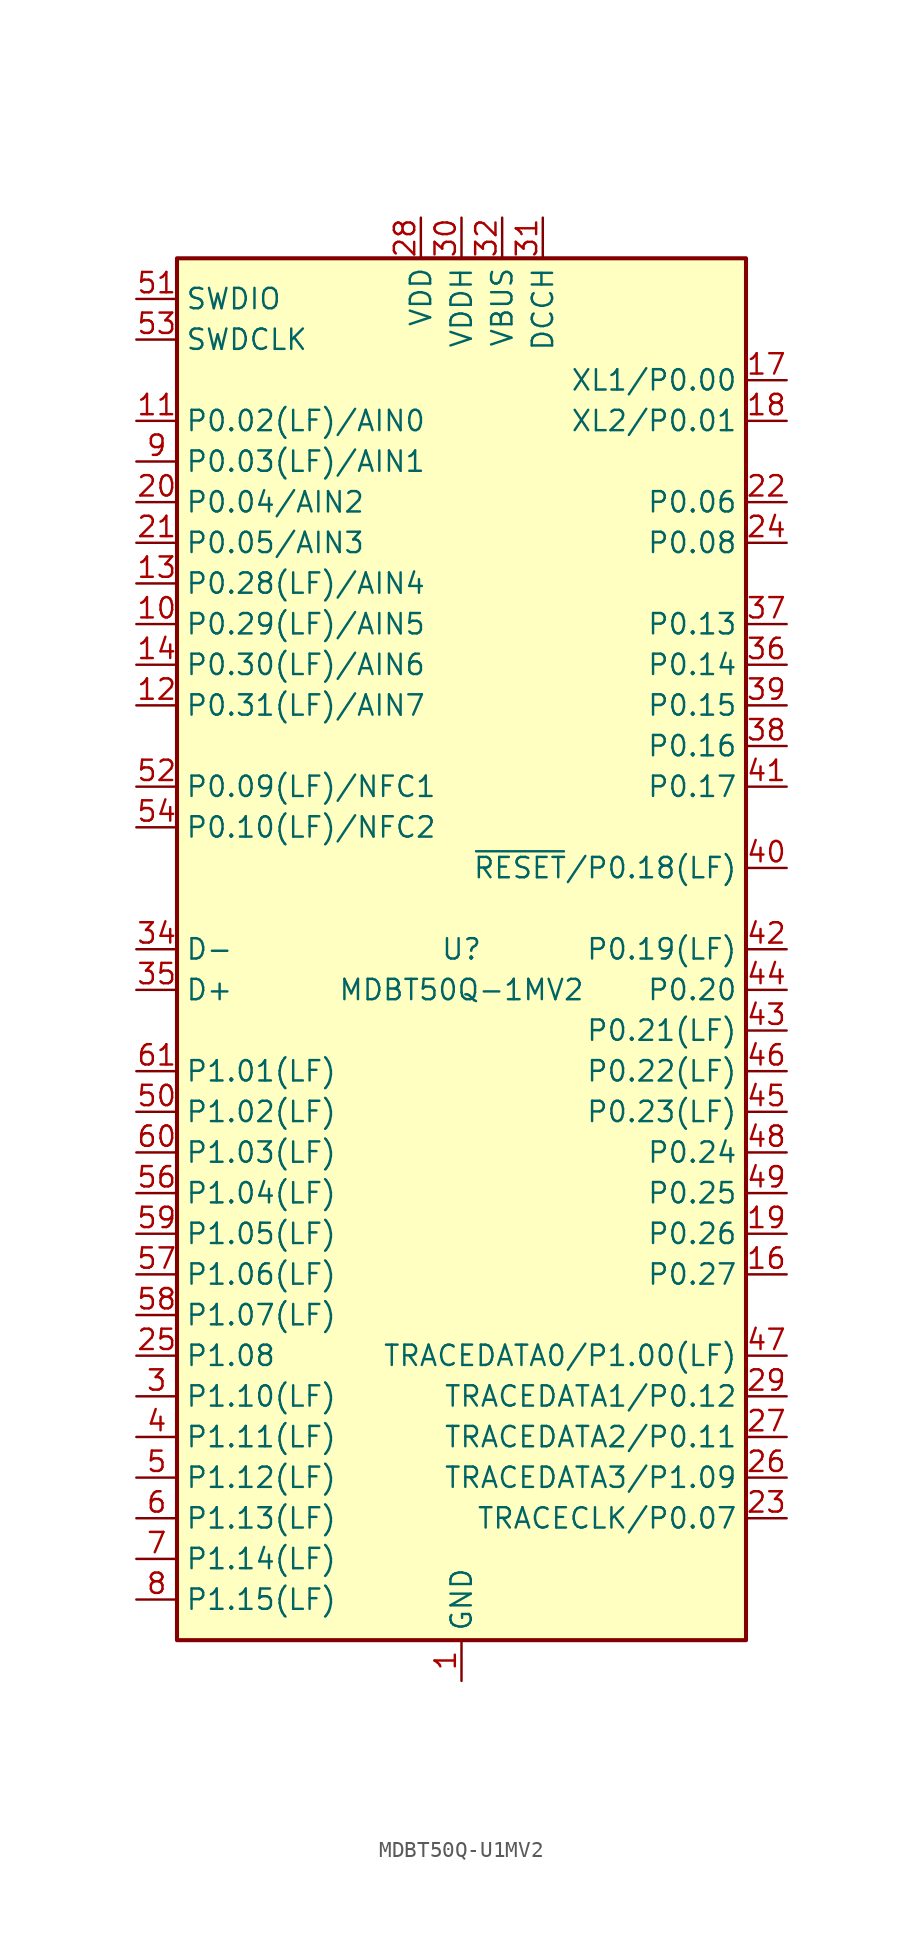
<source format=kicad_sym>
(kicad_symbol_lib
  (version 20220914)
  (generator kicad_symbol_editor)
  (symbol "MDBT50Q-U1MV2"
    (property "Reference" "U"
      (at 0 0 0)
      (effects (font (size 1.27 1.27))))
    (property "Value" "MDBT50Q-1MV2"
      (at 0 -2.54 0)
      (effects (font (size 1.27 1.27))))
    (symbol "MDBT50Q-U1MV2_0_1"
      (rectangle (start -17.78 43.18) (end 17.78 -43.18) (stroke (width 0.254) (type default)) (fill (type background))))
    (symbol "MDBT50Q-U1MV2_1_1"
      (pin power_in line (at 0 -45.72 90) (length 2.54) (name "GND" (effects (font (size 1.27 1.27)))) (number "1" (effects (font (size 1.27 1.27)))))
      (pin bidirectional line (at -20.32 20.32 0) (length 2.54) (name "P0.29(LF)/AIN5" (effects (font (size 1.27 1.27)))) (number "10" (effects (font (size 1.27 1.27)))))
      (pin bidirectional line (at -20.32 33.02 0) (length 2.54) (name "P0.02(LF)/AIN0" (effects (font (size 1.27 1.27)))) (number "11" (effects (font (size 1.27 1.27)))))
      (pin bidirectional line (at -20.32 15.24 0) (length 2.54) (name "P0.31(LF)/AIN7" (effects (font (size 1.27 1.27)))) (number "12" (effects (font (size 1.27 1.27)))))
      (pin bidirectional line (at -20.32 22.86 0) (length 2.54) (name "P0.28(LF)/AIN4" (effects (font (size 1.27 1.27)))) (number "13" (effects (font (size 1.27 1.27)))))
      (pin bidirectional line (at -20.32 17.78 0) (length 2.54) (name "P0.30(LF)/AIN6" (effects (font (size 1.27 1.27)))) (number "14" (effects (font (size 1.27 1.27)))))
      (pin passive line (at 0 -45.72 90) (length 2.54) hide (name "GND" (effects (font (size 1.27 1.27)))) (number "15" (effects (font (size 1.27 1.27)))))
      (pin bidirectional line (at 20.32 -20.32 180) (length 2.54) (name "P0.27" (effects (font (size 1.27 1.27)))) (number "16" (effects (font (size 1.27 1.27)))))
      (pin bidirectional line (at 20.32 35.56 180) (length 2.54) (name "XL1/P0.00" (effects (font (size 1.27 1.27)))) (number "17" (effects (font (size 1.27 1.27)))))
      (pin bidirectional line (at 20.32 33.02 180) (length 2.54) (name "XL2/P0.01" (effects (font (size 1.27 1.27)))) (number "18" (effects (font (size 1.27 1.27)))))
      (pin bidirectional line (at 20.32 -17.78 180) (length 2.54) (name "P0.26" (effects (font (size 1.27 1.27)))) (number "19" (effects (font (size 1.27 1.27)))))
      (pin passive line (at 0 -45.72 90) (length 2.54) hide (name "GND" (effects (font (size 1.27 1.27)))) (number "2" (effects (font (size 1.27 1.27)))))
      (pin bidirectional line (at -20.32 27.94 0) (length 2.54) (name "P0.04/AIN2" (effects (font (size 1.27 1.27)))) (number "20" (effects (font (size 1.27 1.27)))))
      (pin bidirectional line (at -20.32 25.4 0) (length 2.54) (name "P0.05/AIN3" (effects (font (size 1.27 1.27)))) (number "21" (effects (font (size 1.27 1.27)))))
      (pin bidirectional line (at 20.32 27.94 180) (length 2.54) (name "P0.06" (effects (font (size 1.27 1.27)))) (number "22" (effects (font (size 1.27 1.27)))))
      (pin bidirectional line (at 20.32 -35.56 180) (length 2.54) (name "TRACECLK/P0.07" (effects (font (size 1.27 1.27)))) (number "23" (effects (font (size 1.27 1.27)))))
      (pin bidirectional line (at 20.32 25.4 180) (length 2.54) (name "P0.08" (effects (font (size 1.27 1.27)))) (number "24" (effects (font (size 1.27 1.27)))))
      (pin bidirectional line (at -20.32 -25.4 0) (length 2.54) (name "P1.08" (effects (font (size 1.27 1.27)))) (number "25" (effects (font (size 1.27 1.27)))))
      (pin bidirectional line (at 20.32 -33.02 180) (length 2.54) (name "TRACEDATA3/P1.09" (effects (font (size 1.27 1.27)))) (number "26" (effects (font (size 1.27 1.27)))))
      (pin bidirectional line (at 20.32 -30.48 180) (length 2.54) (name "TRACEDATA2/P0.11" (effects (font (size 1.27 1.27)))) (number "27" (effects (font (size 1.27 1.27)))))
      (pin power_in line (at -2.54 45.72 270) (length 2.54) (name "VDD" (effects (font (size 1.27 1.27)))) (number "28" (effects (font (size 1.27 1.27)))))
      (pin bidirectional line (at 20.32 -27.94 180) (length 2.54) (name "TRACEDATA1/P0.12" (effects (font (size 1.27 1.27)))) (number "29" (effects (font (size 1.27 1.27)))))
      (pin bidirectional line (at -20.32 -27.94 0) (length 2.54) (name "P1.10(LF)" (effects (font (size 1.27 1.27)))) (number "3" (effects (font (size 1.27 1.27)))))
      (pin power_in line (at 0 45.72 270) (length 2.54) (name "VDDH" (effects (font (size 1.27 1.27)))) (number "30" (effects (font (size 1.27 1.27)))))
      (pin power_out line (at 5.08 45.72 270) (length 2.54) (name "DCCH" (effects (font (size 1.27 1.27)))) (number "31" (effects (font (size 1.27 1.27)))))
      (pin power_in line (at 2.54 45.72 270) (length 2.54) (name "VBUS" (effects (font (size 1.27 1.27)))) (number "32" (effects (font (size 1.27 1.27)))))
      (pin passive line (at 0 -45.72 90) (length 2.54) hide (name "GND" (effects (font (size 1.27 1.27)))) (number "33" (effects (font (size 1.27 1.27)))))
      (pin bidirectional line (at -20.32 0 0) (length 2.54) (name "D-" (effects (font (size 1.27 1.27)))) (number "34" (effects (font (size 1.27 1.27)))))
      (pin bidirectional line (at -20.32 -2.54 0) (length 2.54) (name "D+" (effects (font (size 1.27 1.27)))) (number "35" (effects (font (size 1.27 1.27)))))
      (pin bidirectional line (at 20.32 17.78 180) (length 2.54) (name "P0.14" (effects (font (size 1.27 1.27)))) (number "36" (effects (font (size 1.27 1.27)))))
      (pin bidirectional line (at 20.32 20.32 180) (length 2.54) (name "P0.13" (effects (font (size 1.27 1.27)))) (number "37" (effects (font (size 1.27 1.27)))))
      (pin bidirectional line (at 20.32 12.7 180) (length 2.54) (name "P0.16" (effects (font (size 1.27 1.27)))) (number "38" (effects (font (size 1.27 1.27)))))
      (pin bidirectional line (at 20.32 15.24 180) (length 2.54) (name "P0.15" (effects (font (size 1.27 1.27)))) (number "39" (effects (font (size 1.27 1.27)))))
      (pin bidirectional line (at -20.32 -30.48 0) (length 2.54) (name "P1.11(LF)" (effects (font (size 1.27 1.27)))) (number "4" (effects (font (size 1.27 1.27)))))
      (pin bidirectional line (at 20.32 5.08 180) (length 2.54) (name "~{RESET}/P0.18(LF)" (effects (font (size 1.27 1.27)))) (number "40" (effects (font (size 1.27 1.27)))))
      (pin bidirectional line (at 20.32 10.16 180) (length 2.54) (name "P0.17" (effects (font (size 1.27 1.27)))) (number "41" (effects (font (size 1.27 1.27)))))
      (pin bidirectional line (at 20.32 0 180) (length 2.54) (name "P0.19(LF)" (effects (font (size 1.27 1.27)))) (number "42" (effects (font (size 1.27 1.27)))))
      (pin bidirectional line (at 20.32 -5.08 180) (length 2.54) (name "P0.21(LF)" (effects (font (size 1.27 1.27)))) (number "43" (effects (font (size 1.27 1.27)))))
      (pin bidirectional line (at 20.32 -2.54 180) (length 2.54) (name "P0.20" (effects (font (size 1.27 1.27)))) (number "44" (effects (font (size 1.27 1.27)))))
      (pin bidirectional line (at 20.32 -10.16 180) (length 2.54) (name "P0.23(LF)" (effects (font (size 1.27 1.27)))) (number "45" (effects (font (size 1.27 1.27)))))
      (pin bidirectional line (at 20.32 -7.62 180) (length 2.54) (name "P0.22(LF)" (effects (font (size 1.27 1.27)))) (number "46" (effects (font (size 1.27 1.27)))))
      (pin bidirectional line (at 20.32 -25.4 180) (length 2.54) (name "TRACEDATA0/P1.00(LF)" (effects (font (size 1.27 1.27)))) (number "47" (effects (font (size 1.27 1.27)))))
      (pin bidirectional line (at 20.32 -12.7 180) (length 2.54) (name "P0.24" (effects (font (size 1.27 1.27)))) (number "48" (effects (font (size 1.27 1.27)))))
      (pin bidirectional line (at 20.32 -15.24 180) (length 2.54) (name "P0.25" (effects (font (size 1.27 1.27)))) (number "49" (effects (font (size 1.27 1.27)))))
      (pin bidirectional line (at -20.32 -33.02 0) (length 2.54) (name "P1.12(LF)" (effects (font (size 1.27 1.27)))) (number "5" (effects (font (size 1.27 1.27)))))
      (pin bidirectional line (at -20.32 -10.16 0) (length 2.54) (name "P1.02(LF)" (effects (font (size 1.27 1.27)))) (number "50" (effects (font (size 1.27 1.27)))))
      (pin bidirectional line (at -20.32 40.64 0) (length 2.54) (name "SWDIO" (effects (font (size 1.27 1.27)))) (number "51" (effects (font (size 1.27 1.27)))))
      (pin bidirectional line (at -20.32 10.16 0) (length 2.54) (name "P0.09(LF)/NFC1" (effects (font (size 1.27 1.27)))) (number "52" (effects (font (size 1.27 1.27)))))
      (pin input line (at -20.32 38.1 0) (length 2.54) (name "SWDCLK" (effects (font (size 1.27 1.27)))) (number "53" (effects (font (size 1.27 1.27)))))
      (pin bidirectional line (at -20.32 7.62 0) (length 2.54) (name "P0.10(LF)/NFC2" (effects (font (size 1.27 1.27)))) (number "54" (effects (font (size 1.27 1.27)))))
      (pin passive line (at 0 -45.72 90) (length 2.54) hide (name "GND" (effects (font (size 1.27 1.27)))) (number "55" (effects (font (size 1.27 1.27)))))
      (pin bidirectional line (at -20.32 -15.24 0) (length 2.54) (name "P1.04(LF)" (effects (font (size 1.27 1.27)))) (number "56" (effects (font (size 1.27 1.27)))))
      (pin bidirectional line (at -20.32 -20.32 0) (length 2.54) (name "P1.06(LF)" (effects (font (size 1.27 1.27)))) (number "57" (effects (font (size 1.27 1.27)))))
      (pin bidirectional line (at -20.32 -22.86 0) (length 2.54) (name "P1.07(LF)" (effects (font (size 1.27 1.27)))) (number "58" (effects (font (size 1.27 1.27)))))
      (pin bidirectional line (at -20.32 -17.78 0) (length 2.54) (name "P1.05(LF)" (effects (font (size 1.27 1.27)))) (number "59" (effects (font (size 1.27 1.27)))))
      (pin bidirectional line (at -20.32 -35.56 0) (length 2.54) (name "P1.13(LF)" (effects (font (size 1.27 1.27)))) (number "6" (effects (font (size 1.27 1.27)))))
      (pin bidirectional line (at -20.32 -12.7 0) (length 2.54) (name "P1.03(LF)" (effects (font (size 1.27 1.27)))) (number "60" (effects (font (size 1.27 1.27)))))
      (pin bidirectional line (at -20.32 -7.62 0) (length 2.54) (name "P1.01(LF)" (effects (font (size 1.27 1.27)))) (number "61" (effects (font (size 1.27 1.27)))))
      (pin bidirectional line (at -20.32 -38.1 0) (length 2.54) (name "P1.14(LF)" (effects (font (size 1.27 1.27)))) (number "7" (effects (font (size 1.27 1.27)))))
      (pin bidirectional line (at -20.32 -40.64 0) (length 2.54) (name "P1.15(LF)" (effects (font (size 1.27 1.27)))) (number "8" (effects (font (size 1.27 1.27)))))
      (pin bidirectional line (at -20.32 30.48 0) (length 2.54) (name "P0.03(LF)/AIN1" (effects (font (size 1.27 1.27)))) (number "9" (effects (font (size 1.27 1.27))))))))
</source>
